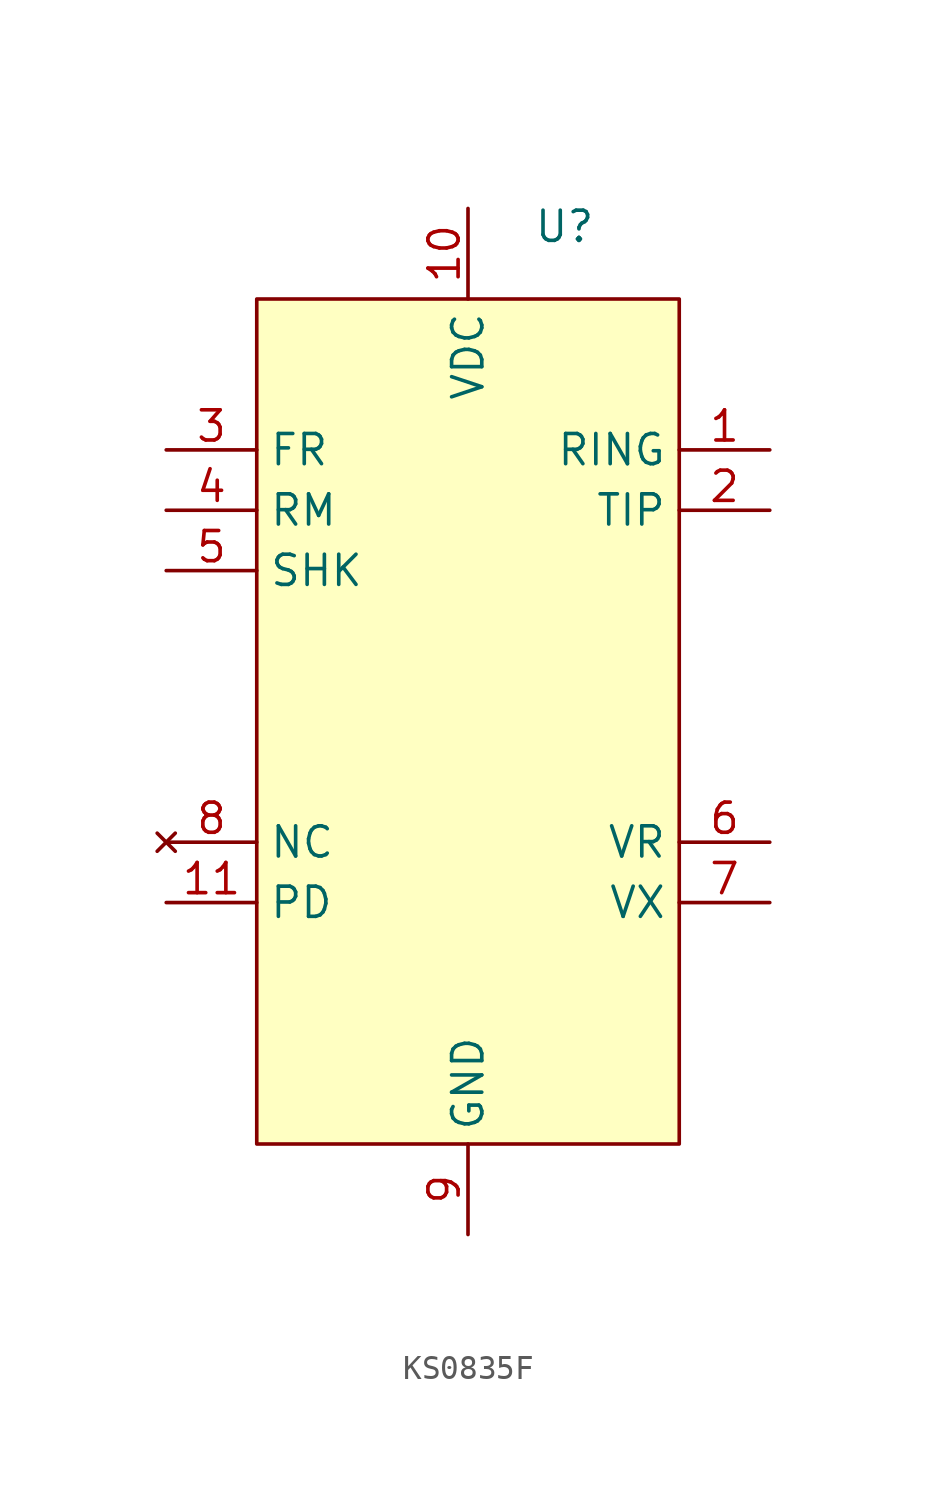
<source format=kicad_sym>
(kicad_symbol_lib
  (version 20231120)
  (generator "kicad_symbol_editor")
  (generator_version "8.0")
  (symbol "KS0835F"
    (property "Reference" "U"
      (at 4.064 20.828 0)
      (effects (font (size 1.27 1.27))))
    (property "Value" ""
      (at 0 19.05 0)
      (effects (font (size 1.27 1.27))))
    (symbol "KS0835F_0_1"
      (rectangle (start -8.89 17.78) (end 8.89 -17.78) (stroke (width 0) (type default)) (fill (type background))))
    (symbol "KS0835F_1_1"
      (pin output line (at 12.7 11.43 180) (length 3.81) (name "RING" (effects (font (size 1.27 1.27)))) (number "1" (effects (font (size 1.27 1.27)))))
      (pin power_in line (at 0 21.59 270) (length 3.81) (name "VDC" (effects (font (size 1.27 1.27)))) (number "10" (effects (font (size 1.27 1.27)))))
      (pin input line (at -12.7 -7.62 0) (length 3.81) (name "PD" (effects (font (size 1.27 1.27)))) (number "11" (effects (font (size 1.27 1.27)))))
      (pin output line (at 12.7 8.89 180) (length 3.81) (name "TIP" (effects (font (size 1.27 1.27)))) (number "2" (effects (font (size 1.27 1.27)))))
      (pin input line (at -12.7 11.43 0) (length 3.81) (name "FR" (effects (font (size 1.27 1.27)))) (number "3" (effects (font (size 1.27 1.27)))))
      (pin input line (at -12.7 8.89 0) (length 3.81) (name "RM" (effects (font (size 1.27 1.27)))) (number "4" (effects (font (size 1.27 1.27)))))
      (pin output line (at -12.7 6.35 0) (length 3.81) (name "SHK" (effects (font (size 1.27 1.27)))) (number "5" (effects (font (size 1.27 1.27)))))
      (pin input line (at 12.7 -5.08 180) (length 3.81) (name "VR" (effects (font (size 1.27 1.27)))) (number "6" (effects (font (size 1.27 1.27)))))
      (pin output line (at 12.7 -7.62 180) (length 3.81) (name "VX" (effects (font (size 1.27 1.27)))) (number "7" (effects (font (size 1.27 1.27)))))
      (pin no_connect line (at -12.7 -5.08 0) (length 3.81) (name "NC" (effects (font (size 1.27 1.27)))) (number "8" (effects (font (size 1.27 1.27)))))
      (pin power_in line (at 0 -21.59 90) (length 3.81) (name "GND" (effects (font (size 1.27 1.27)))) (number "9" (effects (font (size 1.27 1.27))))))))
</source>
